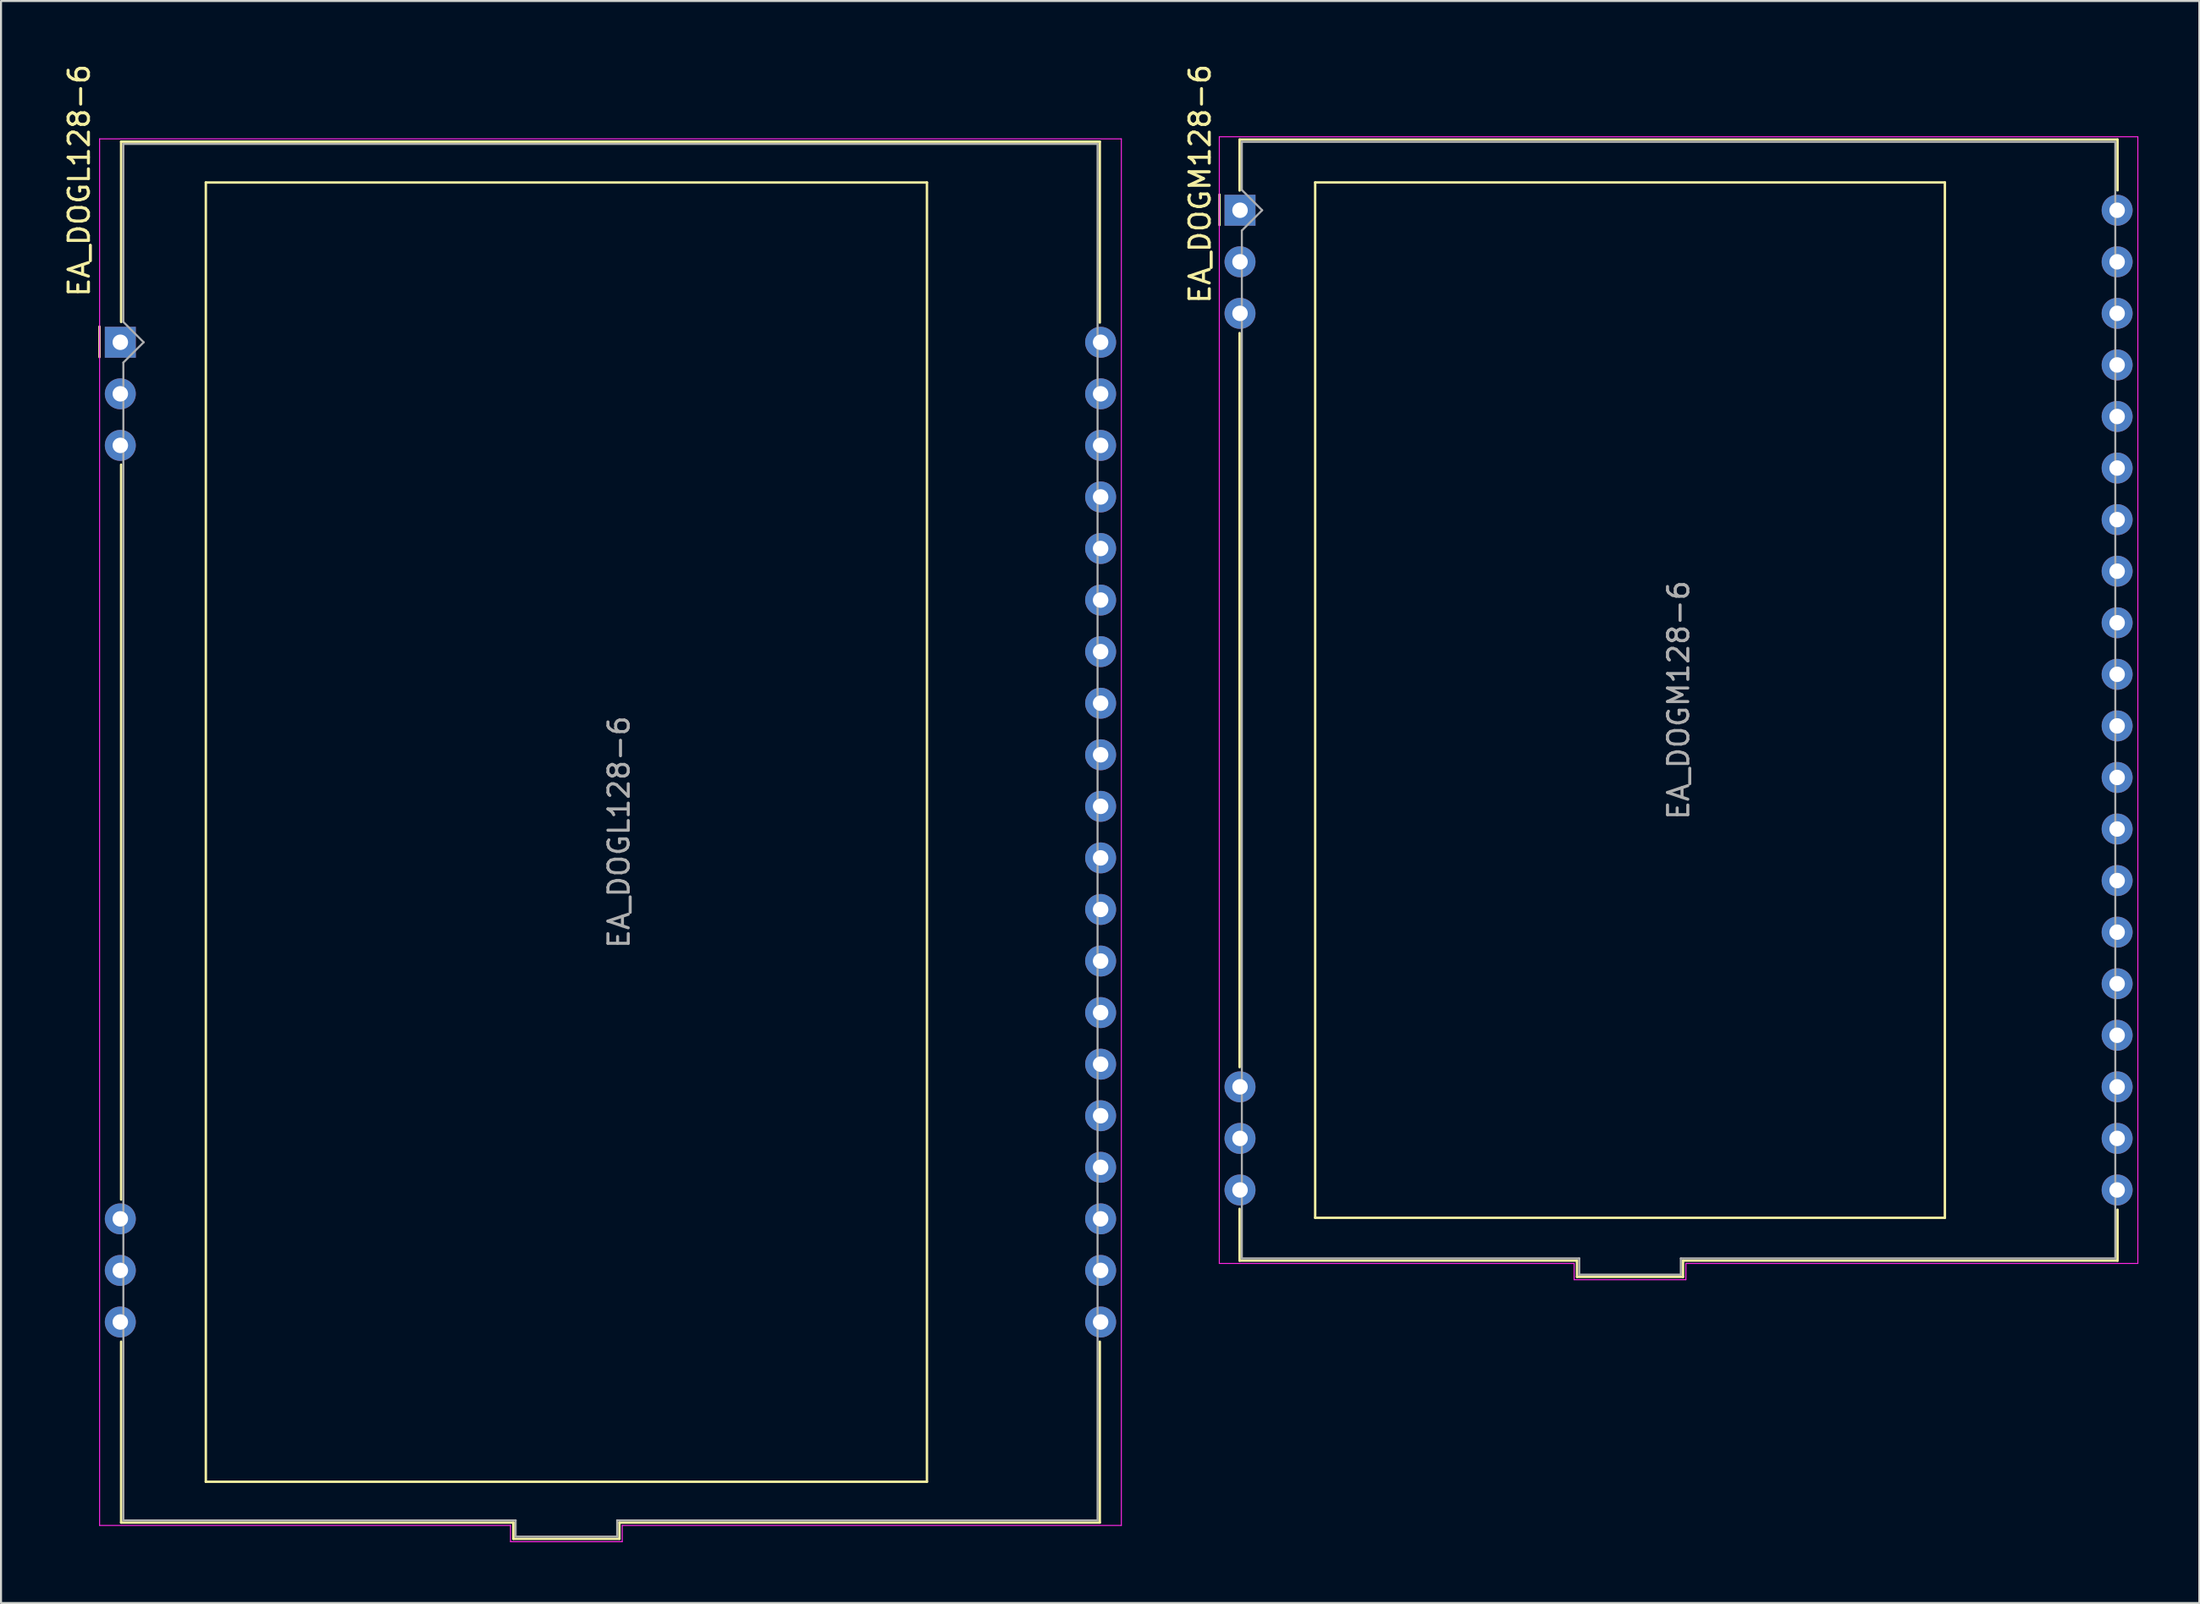
<source format=kicad_pcb>
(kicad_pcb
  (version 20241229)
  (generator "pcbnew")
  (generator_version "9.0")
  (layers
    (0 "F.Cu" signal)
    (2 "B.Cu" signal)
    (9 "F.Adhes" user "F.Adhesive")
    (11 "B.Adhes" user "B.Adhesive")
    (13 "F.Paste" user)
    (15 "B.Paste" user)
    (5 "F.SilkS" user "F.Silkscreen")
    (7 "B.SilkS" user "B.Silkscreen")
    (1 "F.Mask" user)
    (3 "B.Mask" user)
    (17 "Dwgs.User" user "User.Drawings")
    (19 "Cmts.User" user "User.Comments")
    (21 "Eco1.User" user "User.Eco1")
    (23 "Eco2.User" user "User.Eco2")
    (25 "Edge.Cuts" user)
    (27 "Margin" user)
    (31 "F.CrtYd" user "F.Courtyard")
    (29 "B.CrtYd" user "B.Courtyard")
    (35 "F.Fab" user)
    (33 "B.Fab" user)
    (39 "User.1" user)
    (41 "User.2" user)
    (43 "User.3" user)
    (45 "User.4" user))
  (footprint "EA_DOGM128-6"
    (layer "F.Cu")
    (at 57.996 7.306)
    (property "Reference" "EA_DOGM128-6" (at -1.97 -1.3 270) (layer "F.SilkS") (effects (font (size 1 1) (thickness 0.15))))
    (attr through_hole)
    (fp_line (start -1.01 -0.77) (end -1.01 0.73) (stroke (width 0.12) (type solid)) (layer "F.SilkS"))
    (fp_line (start -0.02 -3.48) (end 43.2 -3.48) (stroke (width 0.12) (type solid)) (layer "F.SilkS"))
    (fp_line (start -0.02 -0.97) (end -0.02 -3.48) (stroke (width 0.12) (type solid)) (layer "F.SilkS"))
    (fp_line (start -0.02 6.05) (end -0.02 42.21) (stroke (width 0.12) (type solid)) (layer "F.SilkS"))
    (fp_line (start -0.02 51.74) (end -0.02 49.19) (stroke (width 0.12) (type solid)) (layer "F.SilkS"))
    (fp_line (start 3.7 -1.37) (end 3.7 49.63) (stroke (width 0.12) (type solid)) (layer "F.SilkS"))
    (fp_line (start 3.7 49.63) (end 34.7 49.63) (stroke (width 0.12) (type solid)) (layer "F.SilkS"))
    (fp_line (start 16.59 51.74) (end -0.02 51.74) (stroke (width 0.12) (type solid)) (layer "F.SilkS"))
    (fp_line (start 16.59 52.54) (end 16.59 51.74) (stroke (width 0.12) (type solid)) (layer "F.SilkS"))
    (fp_line (start 21.81 51.74) (end 21.81 52.54) (stroke (width 0.12) (type solid)) (layer "F.SilkS"))
    (fp_line (start 21.81 52.54) (end 16.59 52.54) (stroke (width 0.12) (type solid)) (layer "F.SilkS"))
    (fp_line (start 34.7 -1.37) (end 3.7 -1.37) (stroke (width 0.12) (type solid)) (layer "F.SilkS"))
    (fp_line (start 34.7 49.63) (end 34.7 -1.37) (stroke (width 0.12) (type solid)) (layer "F.SilkS"))
    (fp_line (start 43.2 -3.48) (end 43.2 -0.98) (stroke (width 0.12) (type solid)) (layer "F.SilkS"))
    (fp_line (start 43.2 49.23) (end 43.2 51.74) (stroke (width 0.12) (type solid)) (layer "F.SilkS"))
    (fp_line (start 43.2 51.74) (end 21.81 51.74) (stroke (width 0.12) (type solid)) (layer "F.SilkS"))
    (fp_line (start -1.02 -3.62) (end 44.2 -3.62) (stroke (width 0.05) (type solid)) (layer "F.CrtYd"))
    (fp_line (start -1.02 51.88) (end -1.02 -3.62) (stroke (width 0.05) (type solid)) (layer "F.CrtYd"))
    (fp_line (start -1.02 51.88) (end 16.45 51.88) (stroke (width 0.05) (type solid)) (layer "F.CrtYd"))
    (fp_line (start 16.45 51.88) (end 16.45 52.68) (stroke (width 0.05) (type solid)) (layer "F.CrtYd"))
    (fp_line (start 16.45 52.68) (end 21.95 52.68) (stroke (width 0.05) (type solid)) (layer "F.CrtYd"))
    (fp_line (start 21.95 51.88) (end 44.2 51.88) (stroke (width 0.05) (type solid)) (layer "F.CrtYd"))
    (fp_line (start 21.95 52.68) (end 21.95 51.88) (stroke (width 0.05) (type solid)) (layer "F.CrtYd"))
    (fp_line (start 44.2 -3.62) (end 44.2 51.88) (stroke (width 0.05) (type solid)) (layer "F.CrtYd"))
    (fp_line (start 0.09 -1) (end 0.09 -3.37) (stroke (width 0.1) (type solid)) (layer "F.Fab"))
    (fp_line (start 0.09 -1) (end 1.09 0) (stroke (width 0.1) (type solid)) (layer "F.Fab"))
    (fp_line (start 0.09 1) (end 0.09 51.63) (stroke (width 0.1) (type solid)) (layer "F.Fab"))
    (fp_line (start 0.09 51.63) (end 16.7 51.63) (stroke (width 0.1) (type solid)) (layer "F.Fab"))
    (fp_line (start 1.09 0) (end 0.09 1) (stroke (width 0.1) (type solid)) (layer "F.Fab"))
    (fp_line (start 16.7 51.63) (end 16.7 52.43) (stroke (width 0.1) (type solid)) (layer "F.Fab"))
    (fp_line (start 16.7 52.43) (end 21.7 52.43) (stroke (width 0.1) (type solid)) (layer "F.Fab"))
    (fp_line (start 21.7 51.63) (end 43.09 51.63) (stroke (width 0.1) (type solid)) (layer "F.Fab"))
    (fp_line (start 21.7 52.43) (end 21.7 51.63) (stroke (width 0.1) (type solid)) (layer "F.Fab"))
    (fp_line (start 43.09 -3.37) (end 0.09 -3.37) (stroke (width 0.1) (type solid)) (layer "F.Fab"))
    (fp_line (start 43.09 51.63) (end 43.09 -3.37) (stroke (width 0.1) (type solid)) (layer "F.Fab"))
    (fp_text user "${REFERENCE}" (at 21.59 24.13 270) (layer "F.Fab") (effects (font (size 1 1) (thickness 0.15))))
    (pad "1" thru_hole rect (at 0 0 270) (size 1.524 1.524) (drill 0.762) (layers "*.Cu" "*.Mask"))
    (pad "2" thru_hole circle (at 0 2.54 270) (size 1.524 1.524) (drill 0.762) (layers "*.Cu" "*.Mask"))
    (pad "3" thru_hole circle (at 0 5.08 270) (size 1.524 1.524) (drill 0.762) (layers "*.Cu" "*.Mask"))
    (pad "18" thru_hole circle (at 0 43.18 270) (size 1.524 1.524) (drill 0.762) (layers "*.Cu" "*.Mask"))
    (pad "19" thru_hole circle (at 0 45.72 270) (size 1.524 1.524) (drill 0.762) (layers "*.Cu" "*.Mask"))
    (pad "20" thru_hole circle (at 0 48.26 270) (size 1.524 1.524) (drill 0.762) (layers "*.Cu" "*.Mask"))
    (pad "21" thru_hole circle (at 43.18 48.26 270) (size 1.524 1.524) (drill 0.762) (layers "*.Cu" "*.Mask"))
    (pad "22" thru_hole circle (at 43.18 45.72 270) (size 1.524 1.524) (drill 0.762) (layers "*.Cu" "*.Mask"))
    (pad "23" thru_hole circle (at 43.18 43.18 270) (size 1.524 1.524) (drill 0.762) (layers "*.Cu" "*.Mask"))
    (pad "24" thru_hole circle (at 43.18 40.64 270) (size 1.524 1.524) (drill 0.762) (layers "*.Cu" "*.Mask"))
    (pad "25" thru_hole circle (at 43.18 38.1 270) (size 1.524 1.524) (drill 0.762) (layers "*.Cu" "*.Mask"))
    (pad "26" thru_hole circle (at 43.18 35.56 270) (size 1.524 1.524) (drill 0.762) (layers "*.Cu" "*.Mask"))
    (pad "27" thru_hole circle (at 43.18 33.02 270) (size 1.524 1.524) (drill 0.762) (layers "*.Cu" "*.Mask"))
    (pad "28" thru_hole circle (at 43.18 30.48 270) (size 1.524 1.524) (drill 0.762) (layers "*.Cu" "*.Mask"))
    (pad "29" thru_hole circle (at 43.18 27.94 270) (size 1.524 1.524) (drill 0.762) (layers "*.Cu" "*.Mask"))
    (pad "30" thru_hole circle (at 43.18 25.4 270) (size 1.524 1.524) (drill 0.762) (layers "*.Cu" "*.Mask"))
    (pad "31" thru_hole circle (at 43.18 22.86 270) (size 1.524 1.524) (drill 0.762) (layers "*.Cu" "*.Mask"))
    (pad "32" thru_hole circle (at 43.18 20.32 270) (size 1.524 1.524) (drill 0.762) (layers "*.Cu" "*.Mask"))
    (pad "33" thru_hole circle (at 43.18 17.78 270) (size 1.524 1.524) (drill 0.762) (layers "*.Cu" "*.Mask"))
    (pad "34" thru_hole circle (at 43.18 15.24 270) (size 1.524 1.524) (drill 0.762) (layers "*.Cu" "*.Mask"))
    (pad "35" thru_hole circle (at 43.18 12.7 270) (size 1.524 1.524) (drill 0.762) (layers "*.Cu" "*.Mask"))
    (pad "36" thru_hole circle (at 43.18 10.16 270) (size 1.524 1.524) (drill 0.762) (layers "*.Cu" "*.Mask"))
    (pad "37" thru_hole circle (at 43.18 7.62 270) (size 1.524 1.524) (drill 0.762) (layers "*.Cu" "*.Mask"))
    (pad "38" thru_hole circle (at 43.18 5.08 270) (size 1.524 1.524) (drill 0.762) (layers "*.Cu" "*.Mask"))
    (pad "39" thru_hole circle (at 43.18 2.54 270) (size 1.524 1.524) (drill 0.762) (layers "*.Cu" "*.Mask"))
    (pad "40" thru_hole circle (at 43.18 0 270) (size 1.524 1.524) (drill 0.762) (layers "*.Cu" "*.Mask")))
  (footprint "EA_DOGL128-6"
    (layer "F.Cu")
    (at 2.873 13.809)
    (property "Reference" "EA_DOGL128-6" (at -2.025 -7.97 270) (layer "F.SilkS") (effects (font (size 1 1) (thickness 0.15))))
    (attr through_hole)
    (fp_line (start -1.025 -0.77) (end -1.025 0.73) (stroke (width 0.12) (type solid)) (layer "F.SilkS"))
    (fp_line (start 0.04 -9.88) (end 0.04 -1) (stroke (width 0.12) (type solid)) (layer "F.SilkS"))
    (fp_line (start 0.04 -9.88) (end 48.22 -9.88) (stroke (width 0.12) (type solid)) (layer "F.SilkS"))
    (fp_line (start 0.04 42.23) (end 0.04 6.03) (stroke (width 0.12) (type solid)) (layer "F.SilkS"))
    (fp_line (start 0.04 58.14) (end 0.04 49.23) (stroke (width 0.12) (type solid)) (layer "F.SilkS"))
    (fp_line (start 4.21 -7.87) (end 4.21 56.13) (stroke (width 0.12) (type solid)) (layer "F.SilkS"))
    (fp_line (start 4.21 56.13) (end 39.71 56.13) (stroke (width 0.12) (type solid)) (layer "F.SilkS"))
    (fp_line (start 19.35 58.14) (end 0.04 58.14) (stroke (width 0.12) (type solid)) (layer "F.SilkS"))
    (fp_line (start 19.35 58.94) (end 19.35 58.14) (stroke (width 0.12) (type solid)) (layer "F.SilkS"))
    (fp_line (start 24.57 58.14) (end 24.57 58.94) (stroke (width 0.12) (type solid)) (layer "F.SilkS"))
    (fp_line (start 24.57 58.94) (end 19.35 58.94) (stroke (width 0.12) (type solid)) (layer "F.SilkS"))
    (fp_line (start 39.71 -7.87) (end 4.21 -7.87) (stroke (width 0.12) (type solid)) (layer "F.SilkS"))
    (fp_line (start 39.71 56.13) (end 39.71 -7.87) (stroke (width 0.12) (type solid)) (layer "F.SilkS"))
    (fp_line (start 48.22 -9.88) (end 48.22 -0.97) (stroke (width 0.12) (type solid)) (layer "F.SilkS"))
    (fp_line (start 48.22 49.23) (end 48.22 58.14) (stroke (width 0.12) (type solid)) (layer "F.SilkS"))
    (fp_line (start 48.22 58.14) (end 24.57 58.14) (stroke (width 0.12) (type solid)) (layer "F.SilkS"))
    (fp_line (start -1.02 -10.02) (end -1.02 58.28) (stroke (width 0.05) (type solid)) (layer "F.CrtYd"))
    (fp_line (start -1.02 -10.02) (end 49.28 -10.02) (stroke (width 0.05) (type solid)) (layer "F.CrtYd"))
    (fp_line (start 19.21 58.28) (end -1.02 58.28) (stroke (width 0.05) (type solid)) (layer "F.CrtYd"))
    (fp_line (start 19.21 59.08) (end 19.21 58.28) (stroke (width 0.05) (type solid)) (layer "F.CrtYd"))
    (fp_line (start 24.71 58.28) (end 24.71 59.08) (stroke (width 0.05) (type solid)) (layer "F.CrtYd"))
    (fp_line (start 24.71 59.08) (end 19.21 59.08) (stroke (width 0.05) (type solid)) (layer "F.CrtYd"))
    (fp_line (start 49.28 -10.02) (end 49.28 58.28) (stroke (width 0.05) (type solid)) (layer "F.CrtYd"))
    (fp_line (start 49.28 58.28) (end 24.71 58.28) (stroke (width 0.05) (type solid)) (layer "F.CrtYd"))
    (fp_line (start 0.15 -9.77) (end 0.15 -1) (stroke (width 0.1) (type solid)) (layer "F.Fab"))
    (fp_line (start 0.15 -1) (end 1.15 0) (stroke (width 0.1) (type solid)) (layer "F.Fab"))
    (fp_line (start 0.15 58.03) (end 0.15 1) (stroke (width 0.1) (type solid)) (layer "F.Fab"))
    (fp_line (start 1.15 0) (end 0.15 1) (stroke (width 0.1) (type solid)) (layer "F.Fab"))
    (fp_line (start 19.46 58.03) (end 0.15 58.03) (stroke (width 0.1) (type solid)) (layer "F.Fab"))
    (fp_line (start 19.46 58.03) (end 19.46 58.83) (stroke (width 0.1) (type solid)) (layer "F.Fab"))
    (fp_line (start 19.46 58.83) (end 24.46 58.83) (stroke (width 0.1) (type solid)) (layer "F.Fab"))
    (fp_line (start 24.46 58.83) (end 24.46 58.03) (stroke (width 0.1) (type solid)) (layer "F.Fab"))
    (fp_line (start 48.11 -9.77) (end 0.15 -9.77) (stroke (width 0.1) (type solid)) (layer "F.Fab"))
    (fp_line (start 48.11 58.03) (end 24.46 58.03) (stroke (width 0.1) (type solid)) (layer "F.Fab"))
    (fp_line (start 48.11 58.03) (end 48.11 -9.77) (stroke (width 0.1) (type solid)) (layer "F.Fab"))
    (fp_text user "${REFERENCE}" (at 24.55 24.13 270) (layer "F.Fab") (effects (font (size 1 1) (thickness 0.15))))
    (pad "1" thru_hole rect (at 0 0 270) (size 1.524 1.524) (drill 0.762) (layers "*.Cu" "*.Mask"))
    (pad "2" thru_hole circle (at 0 2.54 270) (size 1.524 1.524) (drill 0.762) (layers "*.Cu" "*.Mask"))
    (pad "3" thru_hole circle (at 0 5.08 270) (size 1.524 1.524) (drill 0.762) (layers "*.Cu" "*.Mask"))
    (pad "18" thru_hole circle (at 0 43.18 270) (size 1.524 1.524) (drill 0.762) (layers "*.Cu" "*.Mask"))
    (pad "19" thru_hole circle (at 0 45.72 270) (size 1.524 1.524) (drill 0.762) (layers "*.Cu" "*.Mask"))
    (pad "20" thru_hole circle (at 0 48.26 270) (size 1.524 1.524) (drill 0.762) (layers "*.Cu" "*.Mask"))
    (pad "21" thru_hole circle (at 48.26 48.26 270) (size 1.524 1.524) (drill 0.762) (layers "*.Cu" "*.Mask"))
    (pad "22" thru_hole circle (at 48.26 45.72 270) (size 1.524 1.524) (drill 0.762) (layers "*.Cu" "*.Mask"))
    (pad "23" thru_hole circle (at 48.26 43.18 270) (size 1.524 1.524) (drill 0.762) (layers "*.Cu" "*.Mask"))
    (pad "24" thru_hole circle (at 48.26 40.64 270) (size 1.524 1.524) (drill 0.762) (layers "*.Cu" "*.Mask"))
    (pad "25" thru_hole circle (at 48.26 38.1 270) (size 1.524 1.524) (drill 0.762) (layers "*.Cu" "*.Mask"))
    (pad "26" thru_hole circle (at 48.26 35.56 270) (size 1.524 1.524) (drill 0.762) (layers "*.Cu" "*.Mask"))
    (pad "27" thru_hole circle (at 48.26 33.02 270) (size 1.524 1.524) (drill 0.762) (layers "*.Cu" "*.Mask"))
    (pad "28" thru_hole circle (at 48.26 30.48 270) (size 1.524 1.524) (drill 0.762) (layers "*.Cu" "*.Mask"))
    (pad "29" thru_hole circle (at 48.26 27.94 270) (size 1.524 1.524) (drill 0.762) (layers "*.Cu" "*.Mask"))
    (pad "30" thru_hole circle (at 48.26 25.4 270) (size 1.524 1.524) (drill 0.762) (layers "*.Cu" "*.Mask"))
    (pad "31" thru_hole circle (at 48.26 22.86 270) (size 1.524 1.524) (drill 0.762) (layers "*.Cu" "*.Mask"))
    (pad "32" thru_hole circle (at 48.26 20.32 270) (size 1.524 1.524) (drill 0.762) (layers "*.Cu" "*.Mask"))
    (pad "33" thru_hole circle (at 48.26 17.78 270) (size 1.524 1.524) (drill 0.762) (layers "*.Cu" "*.Mask"))
    (pad "34" thru_hole circle (at 48.26 15.24 270) (size 1.524 1.524) (drill 0.762) (layers "*.Cu" "*.Mask"))
    (pad "35" thru_hole circle (at 48.26 12.7 270) (size 1.524 1.524) (drill 0.762) (layers "*.Cu" "*.Mask"))
    (pad "36" thru_hole circle (at 48.26 10.16 270) (size 1.524 1.524) (drill 0.762) (layers "*.Cu" "*.Mask"))
    (pad "37" thru_hole circle (at 48.26 7.62 270) (size 1.524 1.524) (drill 0.762) (layers "*.Cu" "*.Mask"))
    (pad "38" thru_hole circle (at 48.26 5.08 270) (size 1.524 1.524) (drill 0.762) (layers "*.Cu" "*.Mask"))
    (pad "39" thru_hole circle (at 48.26 2.54 270) (size 1.524 1.524) (drill 0.762) (layers "*.Cu" "*.Mask"))
    (pad "40" thru_hole circle (at 48.26 0 270) (size 1.524 1.524) (drill 0.762) (layers "*.Cu" "*.Mask")))
  (gr_rect
    (start -3 -3)
    (end 105.222 75.914)
    (stroke (width 0.1) (type default))
    (fill no)
    (layer "Edge.Cuts")))
</source>
